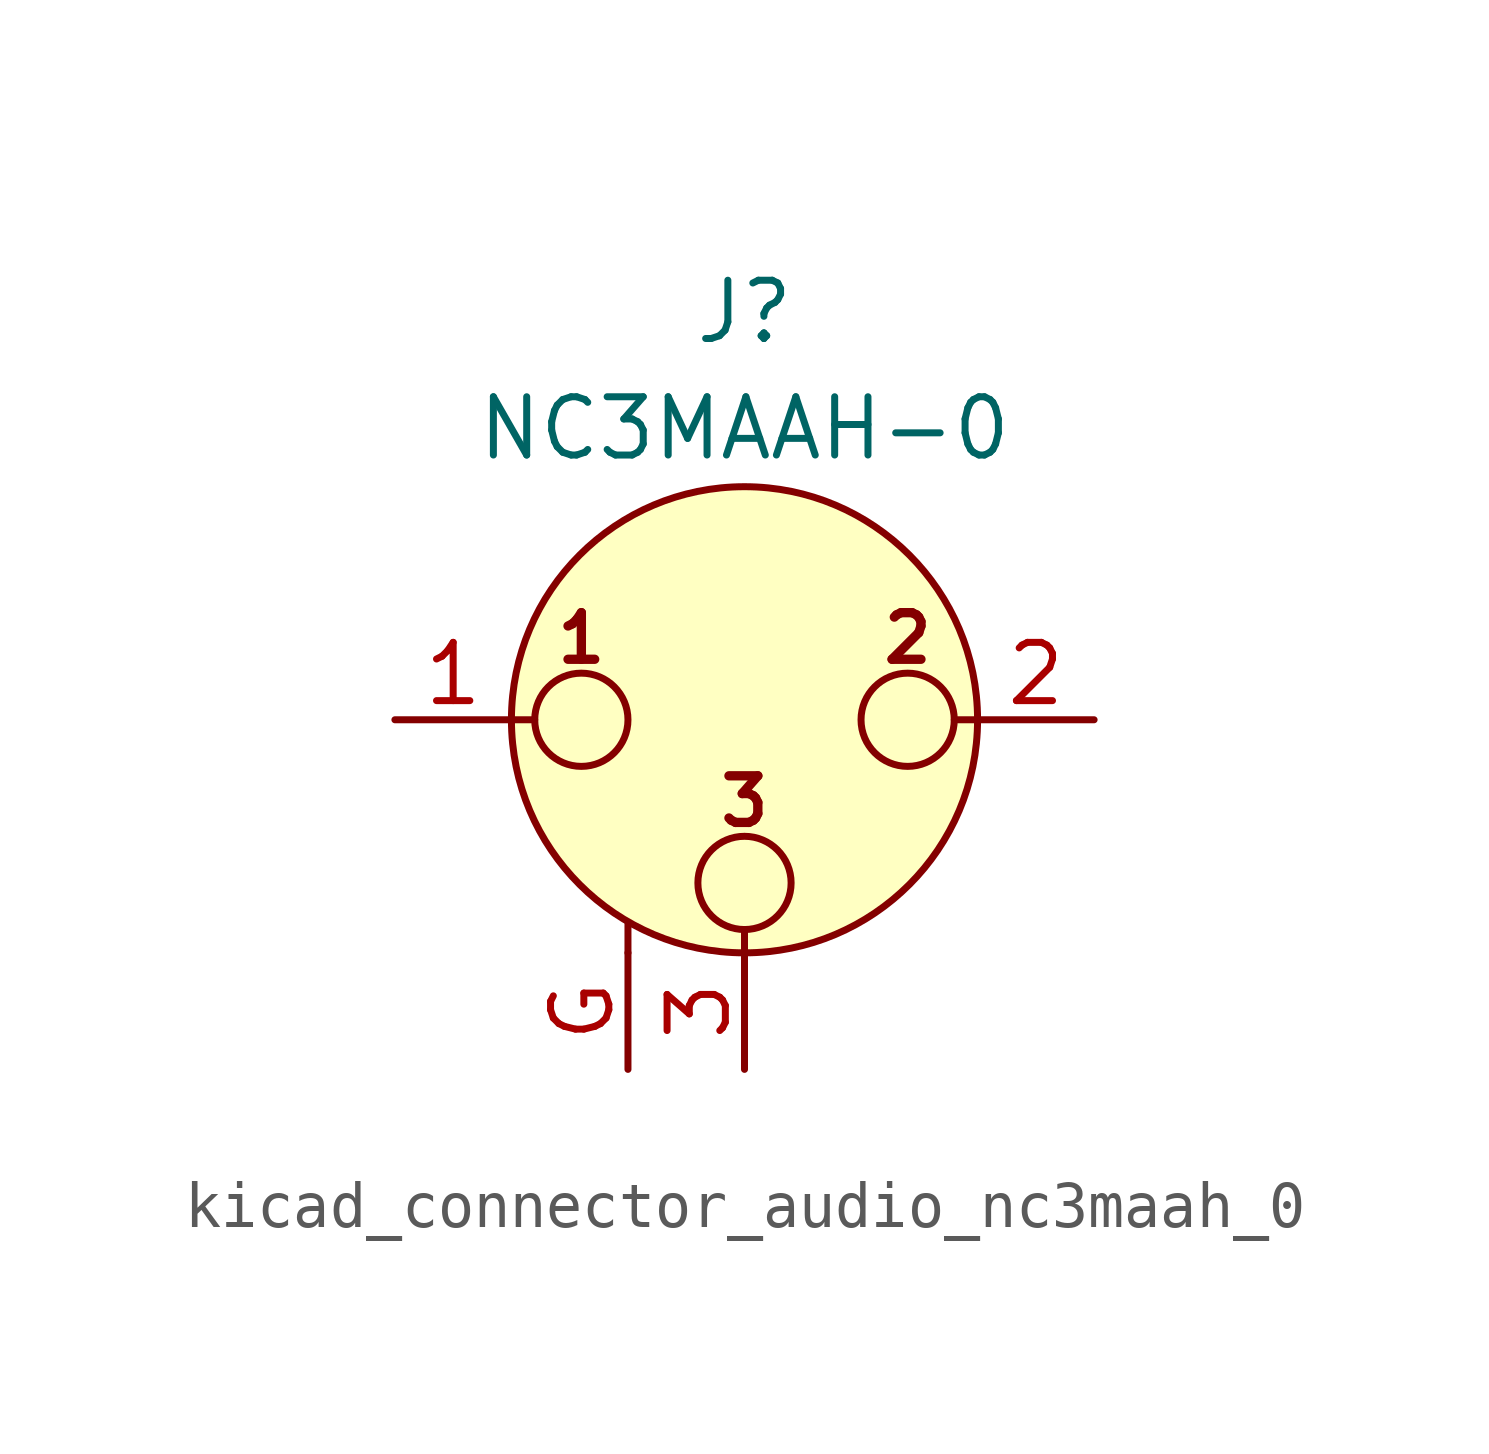
<source format=kicad_sym>
(kicad_symbol_lib
  (version 20220914)
  (generator kicad_symbol_editor)
  (symbol "kicad_connector_audio_nc3maah_0"
    (pin_names hide)
    (property "Reference" "J"
      (at 0 8.89 0)
      (effects (font (size 1.27 1.27))))
    (property "Value" "NC3MAAH-0"
      (at 0 6.35 0)
      (effects (font (size 1.27 1.27))))
    (symbol "kicad_connector_audio_nc3maah_0_0_1"
      (circle (center -3.556 0) (radius 1.016) (stroke (width 0) (type default)) (fill (type none)))
      (circle (center 0 -3.556) (radius 1.016) (stroke (width 0) (type default)) (fill (type none)))
      (polyline (pts (xy -5.08 0) (xy -4.572 0)) (stroke (width 0) (type default)) (fill (type none)))
      (polyline (pts (xy -2.54 -5.08) (xy -2.54 -4.445)) (stroke (width 0) (type default)) (fill (type none)))
      (polyline (pts (xy 0 -5.08) (xy 0 -4.572)) (stroke (width 0) (type default)) (fill (type none)))
      (polyline (pts (xy 5.08 0) (xy 4.572 0)) (stroke (width 0) (type default)) (fill (type none)))
      (circle (center 0 0) (radius 5.08) (stroke (width 0) (type default)) (fill (type background)))
      (circle (center 3.556 0) (radius 1.016) (stroke (width 0) (type default)) (fill (type none)))
      (text "1" (at -3.556 1.778 0) (effects (font (size 1.016 1.016) bold)))
      (text "2" (at 3.556 1.778 0) (effects (font (size 1.016 1.016) bold)))
      (text "3" (at 0 -1.778 0) (effects (font (size 1.016 1.016) bold)))
      (pin passive line (at -7.62 0 0) (length 2.54) (name "~" (effects (font (size 1.27 1.27)))) (number "1" (effects (font (size 1.27 1.27)))))
      (pin passive line (at 7.62 0 180) (length 2.54) (name "~" (effects (font (size 1.27 1.27)))) (number "2" (effects (font (size 1.27 1.27)))))
      (pin passive line (at 0 -7.62 90) (length 2.54) (name "~" (effects (font (size 1.27 1.27)))) (number "3" (effects (font (size 1.27 1.27))))))
    (symbol "kicad_connector_audio_nc3maah_0_1_1"
      (pin passive line (at -2.54 -7.62 90) (length 2.54) (name "~" (effects (font (size 1.27 1.27)))) (number "G" (effects (font (size 1.27 1.27))))))))
</source>
